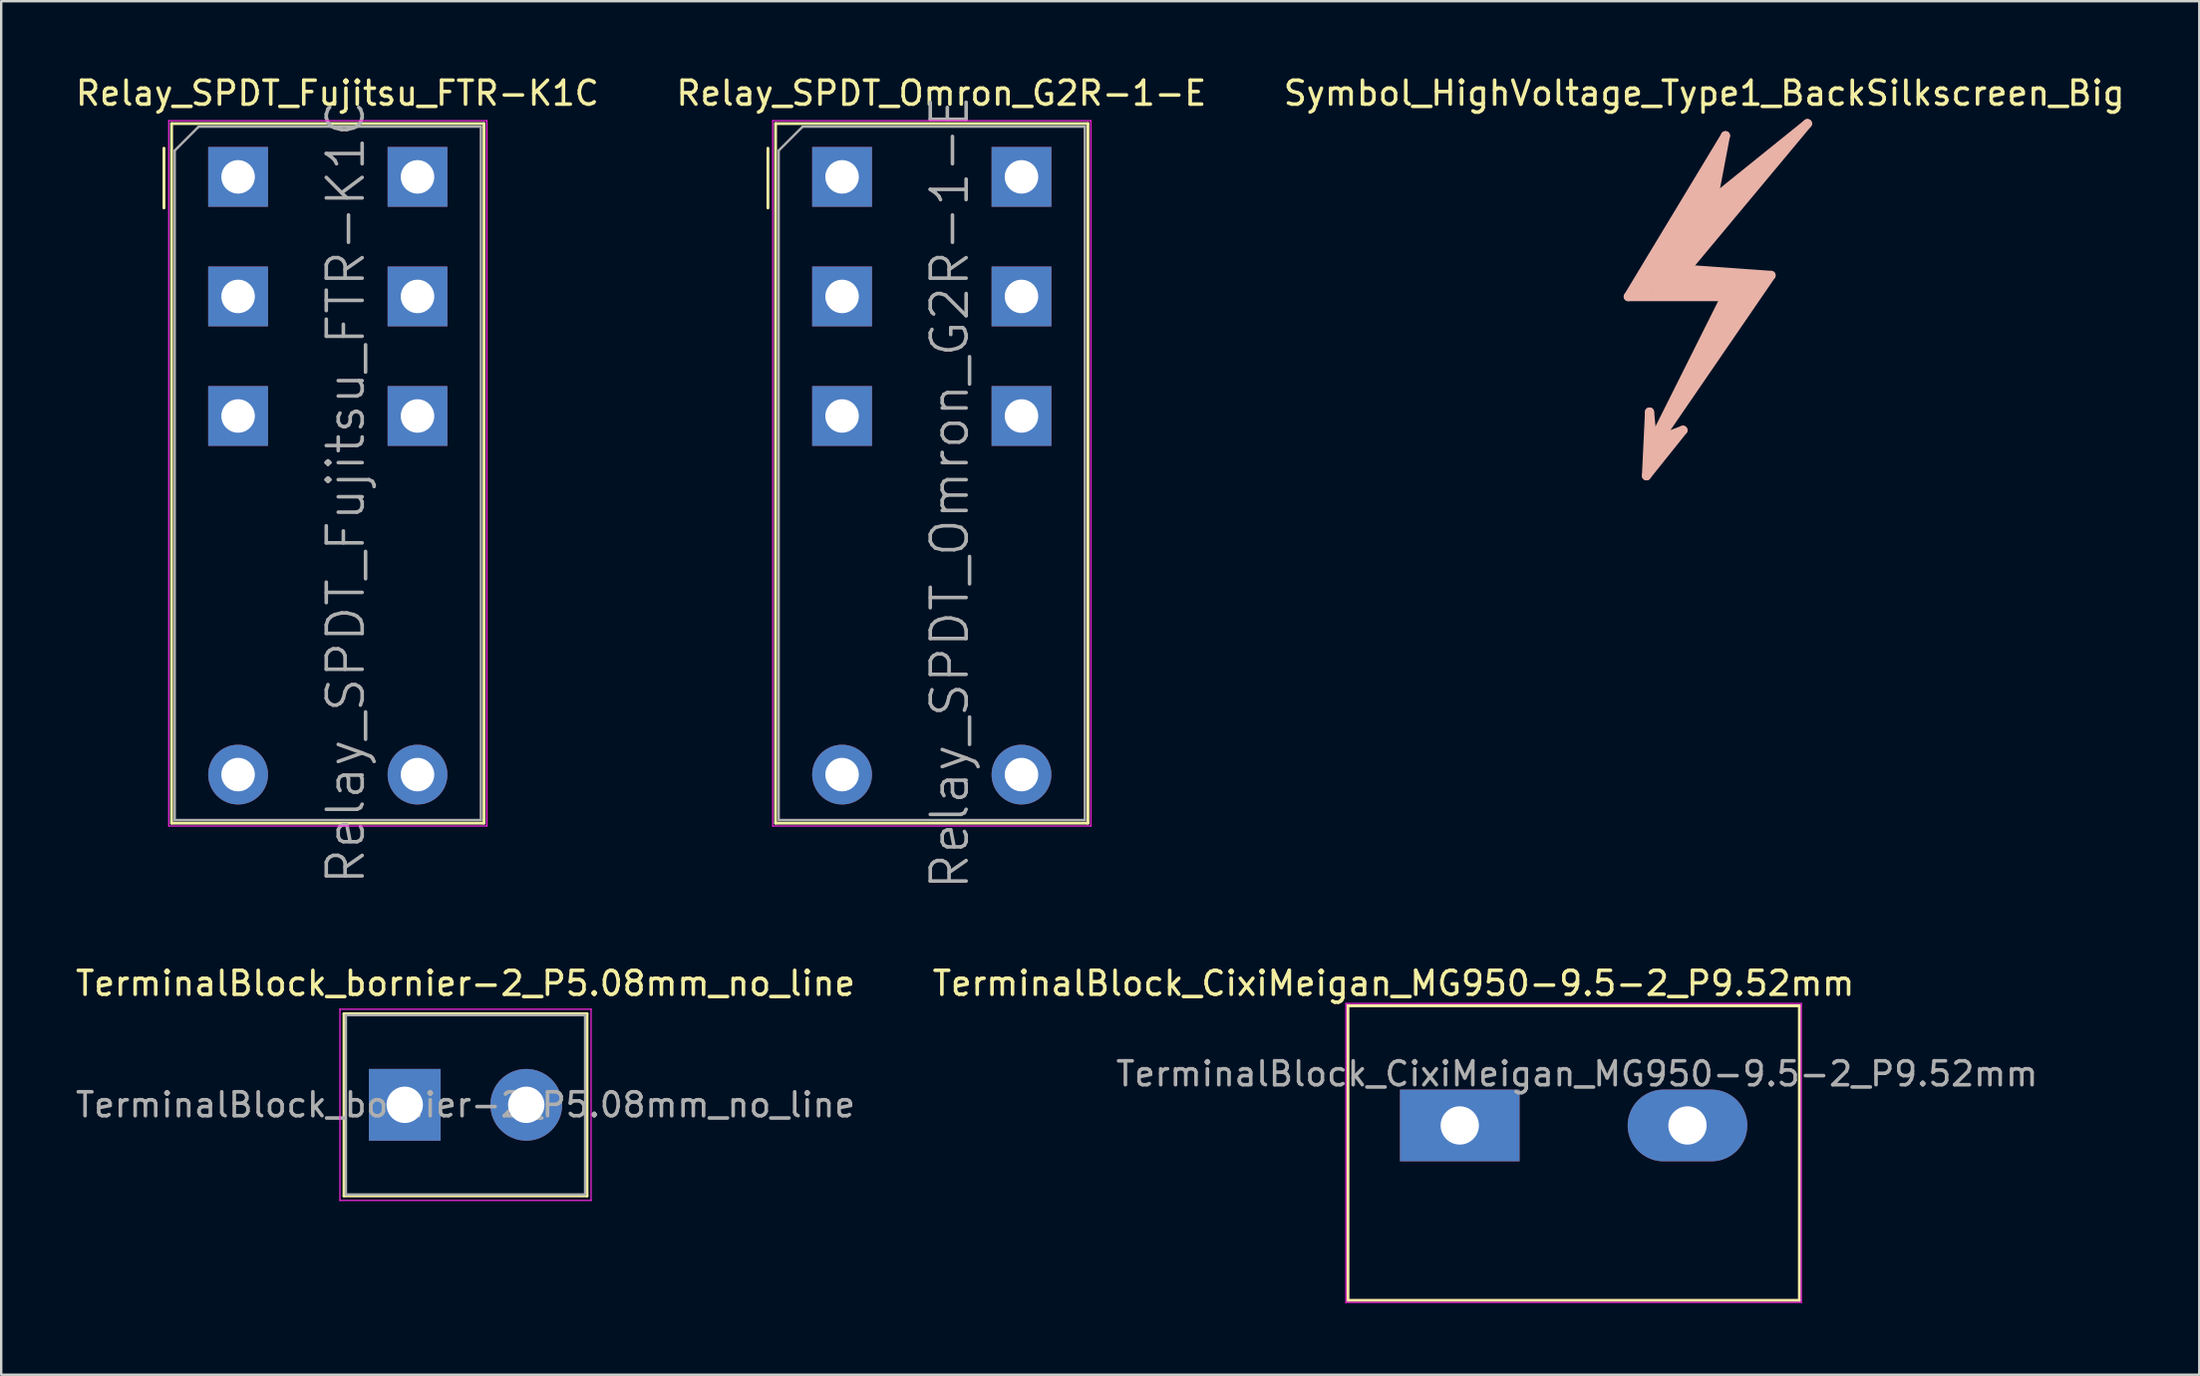
<source format=kicad_pcb>
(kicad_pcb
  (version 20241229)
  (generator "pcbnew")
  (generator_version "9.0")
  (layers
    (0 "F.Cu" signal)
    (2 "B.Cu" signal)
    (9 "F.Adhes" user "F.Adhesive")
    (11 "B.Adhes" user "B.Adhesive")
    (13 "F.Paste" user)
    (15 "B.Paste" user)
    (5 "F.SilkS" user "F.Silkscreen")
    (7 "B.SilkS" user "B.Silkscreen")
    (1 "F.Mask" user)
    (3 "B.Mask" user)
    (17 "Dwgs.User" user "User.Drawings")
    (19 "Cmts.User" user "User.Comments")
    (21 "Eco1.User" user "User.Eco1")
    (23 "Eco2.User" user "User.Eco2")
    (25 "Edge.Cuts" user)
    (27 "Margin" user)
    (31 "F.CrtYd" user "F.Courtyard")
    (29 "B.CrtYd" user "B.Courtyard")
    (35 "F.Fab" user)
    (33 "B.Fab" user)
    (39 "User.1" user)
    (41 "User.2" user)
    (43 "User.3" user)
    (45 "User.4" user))
  (footprint "TerminalBlock_bornier-2_P5.08mm_no_line"
    (layer "F.Cu")
    (at 13.871 43.159)
    (property "Reference" "TerminalBlock_bornier-2_P5.08mm_no_line" (at 2.54 -5.08 0) (layer "F.SilkS") (effects (font (size 1 1) (thickness 0.15))))
    (attr through_hole)
    (fp_line (start -2.54 -3.81) (end -2.54 3.81) (stroke (width 0.12) (type solid)) (layer "F.SilkS"))
    (fp_line (start -2.54 3.81) (end 7.62 3.81) (stroke (width 0.12) (type solid)) (layer "F.SilkS"))
    (fp_line (start 7.62 -3.81) (end -2.54 -3.81) (stroke (width 0.12) (type solid)) (layer "F.SilkS"))
    (fp_line (start 7.62 3.81) (end 7.62 -3.81) (stroke (width 0.12) (type solid)) (layer "F.SilkS"))
    (fp_line (start -2.71 -4) (end -2.71 4) (stroke (width 0.05) (type solid)) (layer "F.CrtYd"))
    (fp_line (start -2.71 -4) (end 7.79 -4) (stroke (width 0.05) (type solid)) (layer "F.CrtYd"))
    (fp_line (start 7.79 4) (end -2.71 4) (stroke (width 0.05) (type solid)) (layer "F.CrtYd"))
    (fp_line (start 7.79 4) (end 7.79 -4) (stroke (width 0.05) (type solid)) (layer "F.CrtYd"))
    (fp_line (start -2.46 -3.75) (end -2.46 3.75) (stroke (width 0.1) (type solid)) (layer "F.Fab"))
    (fp_line (start -2.46 3.75) (end 7.54 3.75) (stroke (width 0.1) (type solid)) (layer "F.Fab"))
    (fp_line (start 7.54 -3.75) (end -2.46 -3.75) (stroke (width 0.1) (type solid)) (layer "F.Fab"))
    (fp_line (start 7.54 3.75) (end 7.54 -3.75) (stroke (width 0.1) (type solid)) (layer "F.Fab"))
    (fp_text user "${REFERENCE}" (at 2.54 0 0) (layer "F.Fab") (effects (font (size 1 1) (thickness 0.15))))
    (pad "1" thru_hole rect (at 0 0) (size 3 3) (drill 1.52) (layers "*.Cu" "*.Mask"))
    (pad "2" thru_hole circle (at 5.08 0) (size 3 3) (drill 1.52) (layers "*.Cu" "*.Mask")))
  (footprint "TerminalBlock_CixiMeigan_MG950-9.5-2_P9.52mm"
    (layer "F.Cu")
    (at 57.977 44.022)
    (property "Reference" "TerminalBlock_CixiMeigan_MG950-9.5-2_P9.52mm" (at -2.769 -5.944 0) (layer "F.SilkS") (effects (font (size 1 1) (thickness 0.15))))
    (attr through_hole)
    (fp_line (start -4.674 -5.029) (end -4.674 7.315) (stroke (width 0.12) (type solid)) (layer "F.SilkS"))
    (fp_line (start -4.674 7.315) (end 14.199 7.315) (stroke (width 0.12) (type solid)) (layer "F.SilkS"))
    (fp_line (start 14.199 -5.004) (end -4.674 -5.004) (stroke (width 0.12) (type solid)) (layer "F.SilkS"))
    (fp_line (start 14.199 7.315) (end 14.199 -5.004) (stroke (width 0.12) (type solid)) (layer "F.SilkS"))
    (fp_line (start -4.76 -5.1) (end -4.76 7.4) (stroke (width 0.05) (type solid)) (layer "F.CrtYd"))
    (fp_line (start -4.76 -5.1) (end 14.28 -5.1) (stroke (width 0.05) (type solid)) (layer "F.CrtYd"))
    (fp_line (start 14.28 -5.1) (end 14.28 7.4) (stroke (width 0.05) (type solid)) (layer "F.CrtYd"))
    (fp_line (start 14.28 7.4) (end -4.76 7.4) (stroke (width 0.05) (type solid)) (layer "F.CrtYd"))
    (fp_text user "${REFERENCE}" (at 4.902 -2.159 0) (layer "F.Fab") (effects (font (size 1 1) (thickness 0.15))))
    (pad "1" thru_hole rect (at 0 0) (size 5 3) (drill 1.6) (layers "*.Cu" "*.Mask"))
    (pad "2" thru_hole oval (at 9.52 0) (size 5 3) (drill 1.6) (layers "*.Cu" "*.Mask")))
  (footprint "Relay_SPDT_Fujitsu_FTR-K1C"
    (layer "F.Cu")
    (at 6.904 4.348)
    (property "Reference" "Relay_SPDT_Fujitsu_FTR-K1C" (at 4.15 -3.5 0) (layer "F.SilkS") (effects (font (size 1 1) (thickness 0.15))))
    (attr through_hole)
    (fp_line (start -3.1 -1.2) (end -3.1 1.3) (stroke (width 0.12) (type solid)) (layer "F.SilkS"))
    (fp_line (start -2.78 -2.23) (end 10.28 -2.23) (stroke (width 0.12) (type solid)) (layer "F.SilkS"))
    (fp_line (start -2.78 27.03) (end -2.78 -2.23) (stroke (width 0.12) (type solid)) (layer "F.SilkS"))
    (fp_line (start 10.28 -2.23) (end 10.28 27.03) (stroke (width 0.12) (type solid)) (layer "F.SilkS"))
    (fp_line (start 10.28 27.03) (end -2.78 27.03) (stroke (width 0.12) (type solid)) (layer "F.SilkS"))
    (fp_line (start -2.9 -2.35) (end 10.4 -2.35) (stroke (width 0.05) (type solid)) (layer "F.CrtYd"))
    (fp_line (start -2.9 27.15) (end -2.9 -2.35) (stroke (width 0.05) (type solid)) (layer "F.CrtYd"))
    (fp_line (start 10.4 -2.35) (end 10.4 27.15) (stroke (width 0.05) (type solid)) (layer "F.CrtYd"))
    (fp_line (start 10.4 27.15) (end -2.9 27.15) (stroke (width 0.05) (type solid)) (layer "F.CrtYd"))
    (fp_line (start -2.65 -1.1) (end -2.65 26.9) (stroke (width 0.1) (type solid)) (layer "F.Fab"))
    (fp_line (start -2.65 26.9) (end 10.15 26.9) (stroke (width 0.1) (type solid)) (layer "F.Fab"))
    (fp_line (start -1.65 -2.1) (end -2.65 -1.1) (stroke (width 0.1) (type solid)) (layer "F.Fab"))
    (fp_line (start -1.65 -2.1) (end 10.15 -2.1) (stroke (width 0.1) (type solid)) (layer "F.Fab"))
    (fp_line (start 10.15 -2.1) (end 10.15 26.9) (stroke (width 0.1) (type solid)) (layer "F.Fab"))
    (fp_text user "${REFERENCE}" (at 4.5 13.2 270) (layer "F.Fab") (effects (font (size 1.5 1.5) (thickness 0.15))))
    (pad "1" thru_hole rect (at 0 0 270) (size 2.5 2.5) (drill 1.4) (layers "*.Cu" "*.Mask"))
    (pad "2" thru_hole rect (at 0 5 270) (size 2.5 2.5) (drill 1.4) (layers "*.Cu" "*.Mask"))
    (pad "3" thru_hole rect (at 0 10 270) (size 2.5 2.5) (drill 1.4) (layers "*.Cu" "*.Mask"))
    (pad "4" thru_hole circle (at 0 25 270) (size 2.5 2.5) (drill 1.4) (layers "*.Cu" "*.Mask"))
    (pad "5" thru_hole circle (at 7.5 25 270) (size 2.5 2.5) (drill 1.4) (layers "*.Cu" "*.Mask"))
    (pad "6" thru_hole rect (at 7.5 10 270) (size 2.5 2.5) (drill 1.4) (layers "*.Cu" "*.Mask"))
    (pad "7" thru_hole rect (at 7.5 5 270) (size 2.5 2.5) (drill 1.4) (layers "*.Cu" "*.Mask"))
    (pad "8" thru_hole rect (at 7.5 0 270) (size 2.5 2.5) (drill 1.4) (layers "*.Cu" "*.Mask")))
  (footprint "Symbol_HighVoltage_Type1_BackSilkscreen_Big"
    (layer "F.Cu")
    (at 68.196 8.976)
    (property "Reference" "Symbol_HighVoltage_Type1_BackSilkscreen_Big" (at 0 -8.128 0) (layer "F.SilkS") (effects (font (size 1 1) (thickness 0.15))))
    (attr exclude_from_pos_files exclude_from_bom)
    (fp_line (start -3.175 0.381) (end 0.889 0.381) (stroke (width 0.381) (type solid)) (layer "B.SilkS"))
    (fp_line (start -2.794 0.254) (end 0.381 -4.318) (stroke (width 0.381) (type solid)) (layer "B.SilkS"))
    (fp_line (start -2.413 0.127) (end 0.254 -3.556) (stroke (width 0.381) (type solid)) (layer "B.SilkS"))
    (fp_line (start -2.413 7.874) (end -0.889 5.969) (stroke (width 0.381) (type solid)) (layer "B.SilkS"))
    (fp_line (start -2.286 5.207) (end -2.413 7.874) (stroke (width 0.381) (type solid)) (layer "B.SilkS"))
    (fp_line (start -2.286 7.239) (end -1.905 6.35) (stroke (width 0.381) (type solid)) (layer "B.SilkS"))
    (fp_line (start -2.159 6.477) (end -2.286 5.207) (stroke (width 0.381) (type solid)) (layer "B.SilkS"))
    (fp_line (start -2.032 0.127) (end 2.667 -5.207) (stroke (width 0.381) (type solid)) (layer "B.SilkS"))
    (fp_line (start -1.905 6.096) (end -1.778 6.223) (stroke (width 0.381) (type solid)) (layer "B.SilkS"))
    (fp_line (start -1.905 6.35) (end -1.778 5.969) (stroke (width 0.381) (type solid)) (layer "B.SilkS"))
    (fp_line (start -1.905 6.35) (end 2.794 -0.508) (stroke (width 0.381) (type solid)) (layer "B.SilkS"))
    (fp_line (start -1.778 5.969) (end -1.905 6.096) (stroke (width 0.381) (type solid)) (layer "B.SilkS"))
    (fp_line (start -1.651 0.254) (end 2.032 0.127) (stroke (width 0.381) (type solid)) (layer "B.SilkS"))
    (fp_line (start -1.524 6.477) (end -2.286 7.239) (stroke (width 0.381) (type solid)) (layer "B.SilkS"))
    (fp_line (start -1.397 5.461) (end 1.397 0.127) (stroke (width 0.381) (type solid)) (layer "B.SilkS"))
    (fp_line (start -1.143 0) (end 1.905 -0.127) (stroke (width 0.381) (type solid)) (layer "B.SilkS"))
    (fp_line (start -1.016 -1.524) (end 1.524 -4.445) (stroke (width 0.381) (type solid)) (layer "B.SilkS"))
    (fp_line (start -1.016 -1.016) (end -0.762 -0.381) (stroke (width 0.381) (type solid)) (layer "B.SilkS"))
    (fp_line (start -1.016 -0.381) (end -1.143 0) (stroke (width 0.381) (type solid)) (layer "B.SilkS"))
    (fp_line (start -0.889 5.969) (end -1.905 6.35) (stroke (width 0.381) (type solid)) (layer "B.SilkS"))
    (fp_line (start -0.762 -0.762) (end 4.318 -6.858) (stroke (width 0.381) (type solid)) (layer "B.SilkS"))
    (fp_line (start 0.254 -3.556) (end -2.032 0.127) (stroke (width 0.381) (type solid)) (layer "B.SilkS"))
    (fp_line (start 0.381 -4.318) (end -2.413 0.127) (stroke (width 0.381) (type solid)) (layer "B.SilkS"))
    (fp_line (start 0.381 -3.683) (end 0.889 -6.35) (stroke (width 0.381) (type solid)) (layer "B.SilkS"))
    (fp_line (start 0.508 -5.588) (end 0.381 -4.953) (stroke (width 0.381) (type solid)) (layer "B.SilkS"))
    (fp_line (start 0.508 -5.08) (end -2.794 0.254) (stroke (width 0.381) (type solid)) (layer "B.SilkS"))
    (fp_line (start 0.889 -6.35) (end -3.175 0.381) (stroke (width 0.381) (type solid)) (layer "B.SilkS"))
    (fp_line (start 0.889 0.381) (end -2.159 6.477) (stroke (width 0.381) (type solid)) (layer "B.SilkS"))
    (fp_line (start 1.397 0.127) (end 2.032 0.127) (stroke (width 0.381) (type solid)) (layer "B.SilkS"))
    (fp_line (start 1.524 -4.445) (end -1.651 0.254) (stroke (width 0.381) (type solid)) (layer "B.SilkS"))
    (fp_line (start 1.905 -0.127) (end -1.397 5.461) (stroke (width 0.381) (type solid)) (layer "B.SilkS"))
    (fp_line (start 2.032 0.127) (end 0.762 2.159) (stroke (width 0.381) (type solid)) (layer "B.SilkS"))
    (fp_line (start 2.032 0.127) (end 2.413 -0.381) (stroke (width 0.381) (type solid)) (layer "B.SilkS"))
    (fp_line (start 2.413 -0.381) (end -1.016 -0.381) (stroke (width 0.381) (type solid)) (layer "B.SilkS"))
    (fp_line (start 2.667 -5.207) (end -1.016 -1.524) (stroke (width 0.381) (type solid)) (layer "B.SilkS"))
    (fp_line (start 2.794 -0.508) (end -0.762 -0.762) (stroke (width 0.381) (type solid)) (layer "B.SilkS"))
    (fp_line (start 3.048 -5.461) (end 0.127 -3.175) (stroke (width 0.381) (type solid)) (layer "B.SilkS"))
    (fp_line (start 4.318 -6.858) (end 0.381 -3.683) (stroke (width 0.381) (type solid)) (layer "B.SilkS")))
  (footprint "Relay_SPDT_Omron_G2R-1-E"
    (layer "F.Cu")
    (at 32.154 4.348)
    (property "Reference" "Relay_SPDT_Omron_G2R-1-E" (at 4.15 -3.5 0) (layer "F.SilkS") (effects (font (size 1 1) (thickness 0.15))))
    (attr through_hole)
    (fp_line (start -3.1 -1.2) (end -3.1 1.3) (stroke (width 0.12) (type solid)) (layer "F.SilkS"))
    (fp_line (start -2.78 -2.23) (end 10.28 -2.23) (stroke (width 0.12) (type solid)) (layer "F.SilkS"))
    (fp_line (start -2.78 27.03) (end -2.78 -2.23) (stroke (width 0.12) (type solid)) (layer "F.SilkS"))
    (fp_line (start 10.28 -2.23) (end 10.28 27.03) (stroke (width 0.12) (type solid)) (layer "F.SilkS"))
    (fp_line (start 10.28 27.03) (end -2.78 27.03) (stroke (width 0.12) (type solid)) (layer "F.SilkS"))
    (fp_line (start -2.9 -2.35) (end 10.4 -2.35) (stroke (width 0.05) (type solid)) (layer "F.CrtYd"))
    (fp_line (start -2.9 27.15) (end -2.9 -2.35) (stroke (width 0.05) (type solid)) (layer "F.CrtYd"))
    (fp_line (start 10.4 -2.35) (end 10.4 27.15) (stroke (width 0.05) (type solid)) (layer "F.CrtYd"))
    (fp_line (start 10.4 27.15) (end -2.9 27.15) (stroke (width 0.05) (type solid)) (layer "F.CrtYd"))
    (fp_line (start -2.65 -1.1) (end -2.65 26.9) (stroke (width 0.1) (type solid)) (layer "F.Fab"))
    (fp_line (start -2.65 26.9) (end 10.15 26.9) (stroke (width 0.1) (type solid)) (layer "F.Fab"))
    (fp_line (start -1.65 -2.1) (end -2.65 -1.1) (stroke (width 0.1) (type solid)) (layer "F.Fab"))
    (fp_line (start -1.65 -2.1) (end 10.15 -2.1) (stroke (width 0.1) (type solid)) (layer "F.Fab"))
    (fp_line (start 10.15 -2.1) (end 10.15 26.9) (stroke (width 0.1) (type solid)) (layer "F.Fab"))
    (fp_text user "${REFERENCE}" (at 4.5 13.2 270) (layer "F.Fab") (effects (font (size 1.5 1.5) (thickness 0.15))))
    (pad "1" thru_hole circle (at 0 25 270) (size 2.5 2.5) (drill 1.4) (layers "*.Cu" "*.Mask"))
    (pad "2" thru_hole trapezoid (at 0 10 270) (size 2.5 2.5) (drill 1.4) (layers "*.Cu" "*.Mask"))
    (pad "3" thru_hole trapezoid (at 0 5 270) (size 2.5 2.5) (drill 1.4) (layers "*.Cu" "*.Mask"))
    (pad "4" thru_hole rect (at 0 0 270) (size 2.5 2.5) (drill 1.4) (layers "*.Cu" "*.Mask"))
    (pad "5" thru_hole rect (at 7.5 0 270) (size 2.5 2.5) (drill 1.4) (layers "*.Cu" "*.Mask"))
    (pad "6" thru_hole rect (at 7.5 5 270) (size 2.5 2.5) (drill 1.4) (layers "*.Cu" "*.Mask"))
    (pad "7" thru_hole rect (at 7.5 10 270) (size 2.5 2.5) (drill 1.4) (layers "*.Cu" "*.Mask"))
    (pad "8" thru_hole circle (at 7.5 25 270) (size 2.5 2.5) (drill 1.4) (layers "*.Cu" "*.Mask")))
  (gr_rect
    (start -3 -3)
    (end 88.893 54.447)
    (stroke (width 0.1) (type default))
    (fill no)
    (layer "Edge.Cuts")))
</source>
